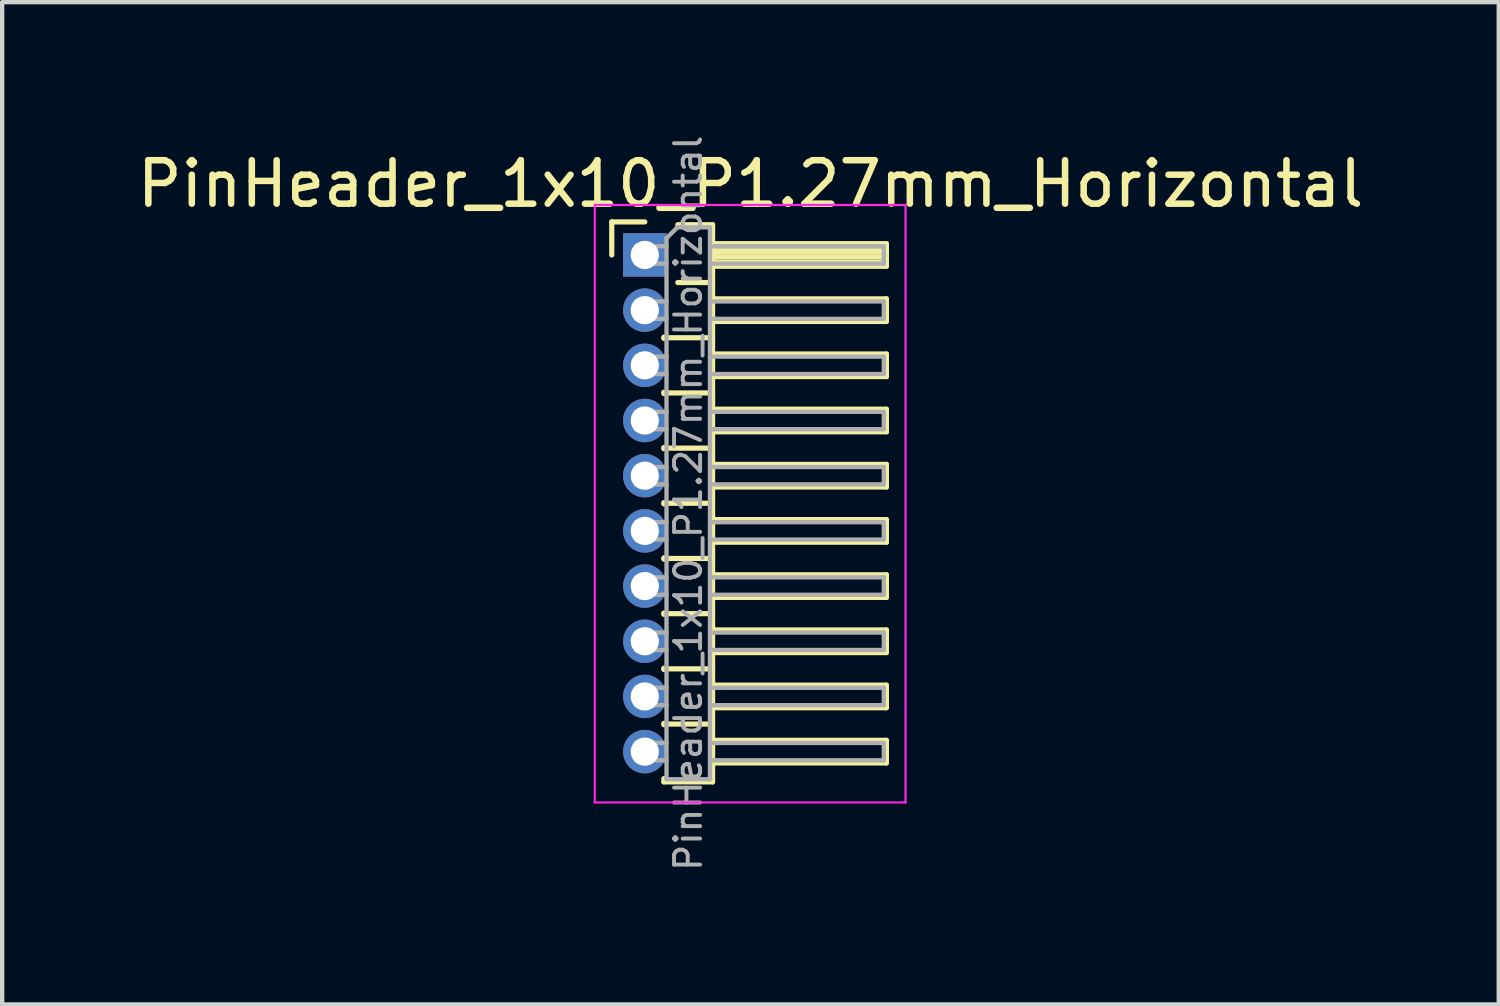
<source format=kicad_pcb>
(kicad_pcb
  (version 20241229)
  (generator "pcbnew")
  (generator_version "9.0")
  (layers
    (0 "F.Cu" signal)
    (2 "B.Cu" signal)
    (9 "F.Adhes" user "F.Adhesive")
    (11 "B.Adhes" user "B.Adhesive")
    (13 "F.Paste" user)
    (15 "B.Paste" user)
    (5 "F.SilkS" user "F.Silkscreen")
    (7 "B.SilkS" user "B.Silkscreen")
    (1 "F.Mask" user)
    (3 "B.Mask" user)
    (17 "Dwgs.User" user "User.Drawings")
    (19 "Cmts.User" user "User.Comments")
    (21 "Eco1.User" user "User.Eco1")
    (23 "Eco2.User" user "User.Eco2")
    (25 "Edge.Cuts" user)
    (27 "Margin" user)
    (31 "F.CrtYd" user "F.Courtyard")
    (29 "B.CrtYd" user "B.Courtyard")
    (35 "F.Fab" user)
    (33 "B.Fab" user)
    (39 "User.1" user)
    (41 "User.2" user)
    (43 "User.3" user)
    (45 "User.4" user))
  (footprint "PinHeader_1x10_P1.27mm_Horizontal"
    (layer "F.Cu")
    (at 11.788 2.817)
    (property "Reference" "PinHeader_1x10_P1.27mm_Horizontal" (at 2.433 -1.635 0) (layer "F.SilkS") (effects (font (size 1 1) (thickness 0.15))))
    (attr through_hole)
    (fp_line (start -0.76 -0.76) (end 0 -0.76) (stroke (width 0.12) (type solid)) (layer "F.SilkS"))
    (fp_line (start -0.76 0) (end -0.76 -0.76) (stroke (width 0.12) (type solid)) (layer "F.SilkS"))
    (fp_line (start 0.44 1.89) (end 0.44 1.92) (stroke (width 0.12) (type solid)) (layer "F.SilkS"))
    (fp_line (start 0.44 1.905) (end 1.56 1.905) (stroke (width 0.12) (type solid)) (layer "F.SilkS"))
    (fp_line (start 0.44 3.16) (end 0.44 3.19) (stroke (width 0.12) (type solid)) (layer "F.SilkS"))
    (fp_line (start 0.44 3.175) (end 1.56 3.175) (stroke (width 0.12) (type solid)) (layer "F.SilkS"))
    (fp_line (start 0.44 4.43) (end 0.44 4.46) (stroke (width 0.12) (type solid)) (layer "F.SilkS"))
    (fp_line (start 0.44 4.445) (end 1.56 4.445) (stroke (width 0.12) (type solid)) (layer "F.SilkS"))
    (fp_line (start 0.44 5.7) (end 0.44 5.73) (stroke (width 0.12) (type solid)) (layer "F.SilkS"))
    (fp_line (start 0.44 5.715) (end 1.56 5.715) (stroke (width 0.12) (type solid)) (layer "F.SilkS"))
    (fp_line (start 0.44 6.97) (end 0.44 7) (stroke (width 0.12) (type solid)) (layer "F.SilkS"))
    (fp_line (start 0.44 6.985) (end 1.56 6.985) (stroke (width 0.12) (type solid)) (layer "F.SilkS"))
    (fp_line (start 0.44 8.24) (end 0.44 8.27) (stroke (width 0.12) (type solid)) (layer "F.SilkS"))
    (fp_line (start 0.44 8.255) (end 1.56 8.255) (stroke (width 0.12) (type solid)) (layer "F.SilkS"))
    (fp_line (start 0.44 9.51) (end 0.44 9.54) (stroke (width 0.12) (type solid)) (layer "F.SilkS"))
    (fp_line (start 0.44 9.525) (end 1.56 9.525) (stroke (width 0.12) (type solid)) (layer "F.SilkS"))
    (fp_line (start 0.44 10.78) (end 0.44 10.81) (stroke (width 0.12) (type solid)) (layer "F.SilkS"))
    (fp_line (start 0.44 10.795) (end 1.56 10.795) (stroke (width 0.12) (type solid)) (layer "F.SilkS"))
    (fp_line (start 0.44 12.125) (end 0.44 12.05) (stroke (width 0.12) (type solid)) (layer "F.SilkS"))
    (fp_line (start 0.76 -0.695) (end 1.56 -0.695) (stroke (width 0.12) (type solid)) (layer "F.SilkS"))
    (fp_line (start 0.76 0.635) (end 1.56 0.635) (stroke (width 0.12) (type solid)) (layer "F.SilkS"))
    (fp_line (start 1.56 -0.695) (end 1.56 12.125) (stroke (width 0.12) (type solid)) (layer "F.SilkS"))
    (fp_line (start 1.56 -0.26) (end 5.56 -0.26) (stroke (width 0.12) (type solid)) (layer "F.SilkS"))
    (fp_line (start 1.56 -0.2) (end 5.56 -0.2) (stroke (width 0.12) (type solid)) (layer "F.SilkS"))
    (fp_line (start 1.56 -0.08) (end 5.56 -0.08) (stroke (width 0.12) (type solid)) (layer "F.SilkS"))
    (fp_line (start 1.56 0.04) (end 5.56 0.04) (stroke (width 0.12) (type solid)) (layer "F.SilkS"))
    (fp_line (start 1.56 0.16) (end 5.56 0.16) (stroke (width 0.12) (type solid)) (layer "F.SilkS"))
    (fp_line (start 1.56 1.01) (end 5.56 1.01) (stroke (width 0.12) (type solid)) (layer "F.SilkS"))
    (fp_line (start 1.56 2.28) (end 5.56 2.28) (stroke (width 0.12) (type solid)) (layer "F.SilkS"))
    (fp_line (start 1.56 3.55) (end 5.56 3.55) (stroke (width 0.12) (type solid)) (layer "F.SilkS"))
    (fp_line (start 1.56 4.82) (end 5.56 4.82) (stroke (width 0.12) (type solid)) (layer "F.SilkS"))
    (fp_line (start 1.56 6.09) (end 5.56 6.09) (stroke (width 0.12) (type solid)) (layer "F.SilkS"))
    (fp_line (start 1.56 7.36) (end 5.56 7.36) (stroke (width 0.12) (type solid)) (layer "F.SilkS"))
    (fp_line (start 1.56 8.63) (end 5.56 8.63) (stroke (width 0.12) (type solid)) (layer "F.SilkS"))
    (fp_line (start 1.56 9.9) (end 5.56 9.9) (stroke (width 0.12) (type solid)) (layer "F.SilkS"))
    (fp_line (start 1.56 11.17) (end 5.56 11.17) (stroke (width 0.12) (type solid)) (layer "F.SilkS"))
    (fp_line (start 1.56 12.125) (end 0.44 12.125) (stroke (width 0.12) (type solid)) (layer "F.SilkS"))
    (fp_line (start 5.56 -0.26) (end 5.56 0.26) (stroke (width 0.12) (type solid)) (layer "F.SilkS"))
    (fp_line (start 5.56 0.26) (end 1.56 0.26) (stroke (width 0.12) (type solid)) (layer "F.SilkS"))
    (fp_line (start 5.56 1.01) (end 5.56 1.53) (stroke (width 0.12) (type solid)) (layer "F.SilkS"))
    (fp_line (start 5.56 1.53) (end 1.56 1.53) (stroke (width 0.12) (type solid)) (layer "F.SilkS"))
    (fp_line (start 5.56 2.28) (end 5.56 2.8) (stroke (width 0.12) (type solid)) (layer "F.SilkS"))
    (fp_line (start 5.56 2.8) (end 1.56 2.8) (stroke (width 0.12) (type solid)) (layer "F.SilkS"))
    (fp_line (start 5.56 3.55) (end 5.56 4.07) (stroke (width 0.12) (type solid)) (layer "F.SilkS"))
    (fp_line (start 5.56 4.07) (end 1.56 4.07) (stroke (width 0.12) (type solid)) (layer "F.SilkS"))
    (fp_line (start 5.56 4.82) (end 5.56 5.34) (stroke (width 0.12) (type solid)) (layer "F.SilkS"))
    (fp_line (start 5.56 5.34) (end 1.56 5.34) (stroke (width 0.12) (type solid)) (layer "F.SilkS"))
    (fp_line (start 5.56 6.09) (end 5.56 6.61) (stroke (width 0.12) (type solid)) (layer "F.SilkS"))
    (fp_line (start 5.56 6.61) (end 1.56 6.61) (stroke (width 0.12) (type solid)) (layer "F.SilkS"))
    (fp_line (start 5.56 7.36) (end 5.56 7.88) (stroke (width 0.12) (type solid)) (layer "F.SilkS"))
    (fp_line (start 5.56 7.88) (end 1.56 7.88) (stroke (width 0.12) (type solid)) (layer "F.SilkS"))
    (fp_line (start 5.56 8.63) (end 5.56 9.15) (stroke (width 0.12) (type solid)) (layer "F.SilkS"))
    (fp_line (start 5.56 9.15) (end 1.56 9.15) (stroke (width 0.12) (type solid)) (layer "F.SilkS"))
    (fp_line (start 5.56 9.9) (end 5.56 10.42) (stroke (width 0.12) (type solid)) (layer "F.SilkS"))
    (fp_line (start 5.56 10.42) (end 1.56 10.42) (stroke (width 0.12) (type solid)) (layer "F.SilkS"))
    (fp_line (start 5.56 11.17) (end 5.56 11.69) (stroke (width 0.12) (type solid)) (layer "F.SilkS"))
    (fp_line (start 5.56 11.69) (end 1.56 11.69) (stroke (width 0.12) (type solid)) (layer "F.SilkS"))
    (fp_line (start -1.15 -1.15) (end -1.15 12.6) (stroke (width 0.05) (type solid)) (layer "F.CrtYd"))
    (fp_line (start -1.15 12.6) (end 6 12.6) (stroke (width 0.05) (type solid)) (layer "F.CrtYd"))
    (fp_line (start 6 -1.15) (end -1.15 -1.15) (stroke (width 0.05) (type solid)) (layer "F.CrtYd"))
    (fp_line (start 6 12.6) (end 6 -1.15) (stroke (width 0.05) (type solid)) (layer "F.CrtYd"))
    (fp_line (start -0.2 -0.2) (end -0.2 0.2) (stroke (width 0.1) (type solid)) (layer "F.Fab"))
    (fp_line (start -0.2 -0.2) (end 0.5 -0.2) (stroke (width 0.1) (type solid)) (layer "F.Fab"))
    (fp_line (start -0.2 0.2) (end 0.5 0.2) (stroke (width 0.1) (type solid)) (layer "F.Fab"))
    (fp_line (start -0.2 1.07) (end -0.2 1.47) (stroke (width 0.1) (type solid)) (layer "F.Fab"))
    (fp_line (start -0.2 1.07) (end 0.5 1.07) (stroke (width 0.1) (type solid)) (layer "F.Fab"))
    (fp_line (start -0.2 1.47) (end 0.5 1.47) (stroke (width 0.1) (type solid)) (layer "F.Fab"))
    (fp_line (start -0.2 2.34) (end -0.2 2.74) (stroke (width 0.1) (type solid)) (layer "F.Fab"))
    (fp_line (start -0.2 2.34) (end 0.5 2.34) (stroke (width 0.1) (type solid)) (layer "F.Fab"))
    (fp_line (start -0.2 2.74) (end 0.5 2.74) (stroke (width 0.1) (type solid)) (layer "F.Fab"))
    (fp_line (start -0.2 3.61) (end -0.2 4.01) (stroke (width 0.1) (type solid)) (layer "F.Fab"))
    (fp_line (start -0.2 3.61) (end 0.5 3.61) (stroke (width 0.1) (type solid)) (layer "F.Fab"))
    (fp_line (start -0.2 4.01) (end 0.5 4.01) (stroke (width 0.1) (type solid)) (layer "F.Fab"))
    (fp_line (start -0.2 4.88) (end -0.2 5.28) (stroke (width 0.1) (type solid)) (layer "F.Fab"))
    (fp_line (start -0.2 4.88) (end 0.5 4.88) (stroke (width 0.1) (type solid)) (layer "F.Fab"))
    (fp_line (start -0.2 5.28) (end 0.5 5.28) (stroke (width 0.1) (type solid)) (layer "F.Fab"))
    (fp_line (start -0.2 6.15) (end -0.2 6.55) (stroke (width 0.1) (type solid)) (layer "F.Fab"))
    (fp_line (start -0.2 6.15) (end 0.5 6.15) (stroke (width 0.1) (type solid)) (layer "F.Fab"))
    (fp_line (start -0.2 6.55) (end 0.5 6.55) (stroke (width 0.1) (type solid)) (layer "F.Fab"))
    (fp_line (start -0.2 7.42) (end -0.2 7.82) (stroke (width 0.1) (type solid)) (layer "F.Fab"))
    (fp_line (start -0.2 7.42) (end 0.5 7.42) (stroke (width 0.1) (type solid)) (layer "F.Fab"))
    (fp_line (start -0.2 7.82) (end 0.5 7.82) (stroke (width 0.1) (type solid)) (layer "F.Fab"))
    (fp_line (start -0.2 8.69) (end -0.2 9.09) (stroke (width 0.1) (type solid)) (layer "F.Fab"))
    (fp_line (start -0.2 8.69) (end 0.5 8.69) (stroke (width 0.1) (type solid)) (layer "F.Fab"))
    (fp_line (start -0.2 9.09) (end 0.5 9.09) (stroke (width 0.1) (type solid)) (layer "F.Fab"))
    (fp_line (start -0.2 9.96) (end -0.2 10.36) (stroke (width 0.1) (type solid)) (layer "F.Fab"))
    (fp_line (start -0.2 9.96) (end 0.5 9.96) (stroke (width 0.1) (type solid)) (layer "F.Fab"))
    (fp_line (start -0.2 10.36) (end 0.5 10.36) (stroke (width 0.1) (type solid)) (layer "F.Fab"))
    (fp_line (start -0.2 11.23) (end -0.2 11.63) (stroke (width 0.1) (type solid)) (layer "F.Fab"))
    (fp_line (start -0.2 11.23) (end 0.5 11.23) (stroke (width 0.1) (type solid)) (layer "F.Fab"))
    (fp_line (start -0.2 11.63) (end 0.5 11.63) (stroke (width 0.1) (type solid)) (layer "F.Fab"))
    (fp_line (start 0.5 -0.385) (end 0.75 -0.635) (stroke (width 0.1) (type solid)) (layer "F.Fab"))
    (fp_line (start 0.5 12.065) (end 0.5 -0.385) (stroke (width 0.1) (type solid)) (layer "F.Fab"))
    (fp_line (start 0.75 -0.635) (end 1.5 -0.635) (stroke (width 0.1) (type solid)) (layer "F.Fab"))
    (fp_line (start 1.5 -0.635) (end 1.5 12.065) (stroke (width 0.1) (type solid)) (layer "F.Fab"))
    (fp_line (start 1.5 -0.2) (end 5.5 -0.2) (stroke (width 0.1) (type solid)) (layer "F.Fab"))
    (fp_line (start 1.5 0.2) (end 5.5 0.2) (stroke (width 0.1) (type solid)) (layer "F.Fab"))
    (fp_line (start 1.5 1.07) (end 5.5 1.07) (stroke (width 0.1) (type solid)) (layer "F.Fab"))
    (fp_line (start 1.5 1.47) (end 5.5 1.47) (stroke (width 0.1) (type solid)) (layer "F.Fab"))
    (fp_line (start 1.5 2.34) (end 5.5 2.34) (stroke (width 0.1) (type solid)) (layer "F.Fab"))
    (fp_line (start 1.5 2.74) (end 5.5 2.74) (stroke (width 0.1) (type solid)) (layer "F.Fab"))
    (fp_line (start 1.5 3.61) (end 5.5 3.61) (stroke (width 0.1) (type solid)) (layer "F.Fab"))
    (fp_line (start 1.5 4.01) (end 5.5 4.01) (stroke (width 0.1) (type solid)) (layer "F.Fab"))
    (fp_line (start 1.5 4.88) (end 5.5 4.88) (stroke (width 0.1) (type solid)) (layer "F.Fab"))
    (fp_line (start 1.5 5.28) (end 5.5 5.28) (stroke (width 0.1) (type solid)) (layer "F.Fab"))
    (fp_line (start 1.5 6.15) (end 5.5 6.15) (stroke (width 0.1) (type solid)) (layer "F.Fab"))
    (fp_line (start 1.5 6.55) (end 5.5 6.55) (stroke (width 0.1) (type solid)) (layer "F.Fab"))
    (fp_line (start 1.5 7.42) (end 5.5 7.42) (stroke (width 0.1) (type solid)) (layer "F.Fab"))
    (fp_line (start 1.5 7.82) (end 5.5 7.82) (stroke (width 0.1) (type solid)) (layer "F.Fab"))
    (fp_line (start 1.5 8.69) (end 5.5 8.69) (stroke (width 0.1) (type solid)) (layer "F.Fab"))
    (fp_line (start 1.5 9.09) (end 5.5 9.09) (stroke (width 0.1) (type solid)) (layer "F.Fab"))
    (fp_line (start 1.5 9.96) (end 5.5 9.96) (stroke (width 0.1) (type solid)) (layer "F.Fab"))
    (fp_line (start 1.5 10.36) (end 5.5 10.36) (stroke (width 0.1) (type solid)) (layer "F.Fab"))
    (fp_line (start 1.5 11.23) (end 5.5 11.23) (stroke (width 0.1) (type solid)) (layer "F.Fab"))
    (fp_line (start 1.5 11.63) (end 5.5 11.63) (stroke (width 0.1) (type solid)) (layer "F.Fab"))
    (fp_line (start 1.5 12.065) (end 0.5 12.065) (stroke (width 0.1) (type solid)) (layer "F.Fab"))
    (fp_line (start 5.5 -0.2) (end 5.5 0.2) (stroke (width 0.1) (type solid)) (layer "F.Fab"))
    (fp_line (start 5.5 1.07) (end 5.5 1.47) (stroke (width 0.1) (type solid)) (layer "F.Fab"))
    (fp_line (start 5.5 2.34) (end 5.5 2.74) (stroke (width 0.1) (type solid)) (layer "F.Fab"))
    (fp_line (start 5.5 3.61) (end 5.5 4.01) (stroke (width 0.1) (type solid)) (layer "F.Fab"))
    (fp_line (start 5.5 4.88) (end 5.5 5.28) (stroke (width 0.1) (type solid)) (layer "F.Fab"))
    (fp_line (start 5.5 6.15) (end 5.5 6.55) (stroke (width 0.1) (type solid)) (layer "F.Fab"))
    (fp_line (start 5.5 7.42) (end 5.5 7.82) (stroke (width 0.1) (type solid)) (layer "F.Fab"))
    (fp_line (start 5.5 8.69) (end 5.5 9.09) (stroke (width 0.1) (type solid)) (layer "F.Fab"))
    (fp_line (start 5.5 9.96) (end 5.5 10.36) (stroke (width 0.1) (type solid)) (layer "F.Fab"))
    (fp_line (start 5.5 11.23) (end 5.5 11.63) (stroke (width 0.1) (type solid)) (layer "F.Fab"))
    (fp_text user "${REFERENCE}" (at 1 5.715 90) (layer "F.Fab") (effects (font (size 0.6 0.6) (thickness 0.09))))
    (pad "1" thru_hole rect (at 0 0) (size 1 1) (drill 0.65) (layers "*.Cu" "*.Mask"))
    (pad "2" thru_hole oval (at 0 1.27) (size 1 1) (drill 0.65) (layers "*.Cu" "*.Mask"))
    (pad "3" thru_hole oval (at 0 2.54) (size 1 1) (drill 0.65) (layers "*.Cu" "*.Mask"))
    (pad "4" thru_hole oval (at 0 3.81) (size 1 1) (drill 0.65) (layers "*.Cu" "*.Mask"))
    (pad "5" thru_hole oval (at 0 5.08) (size 1 1) (drill 0.65) (layers "*.Cu" "*.Mask"))
    (pad "6" thru_hole oval (at 0 6.35) (size 1 1) (drill 0.65) (layers "*.Cu" "*.Mask"))
    (pad "7" thru_hole oval (at 0 7.62) (size 1 1) (drill 0.65) (layers "*.Cu" "*.Mask"))
    (pad "8" thru_hole oval (at 0 8.89) (size 1 1) (drill 0.65) (layers "*.Cu" "*.Mask"))
    (pad "9" thru_hole oval (at 0 10.16) (size 1 1) (drill 0.65) (layers "*.Cu" "*.Mask"))
    (pad "10" thru_hole oval (at 0 11.43) (size 1 1) (drill 0.65) (layers "*.Cu" "*.Mask")))
  (gr_rect
    (start -3 -3)
    (end 31.44 20.064)
    (stroke (width 0.1) (type default))
    (fill no)
    (layer "Edge.Cuts")))
</source>
